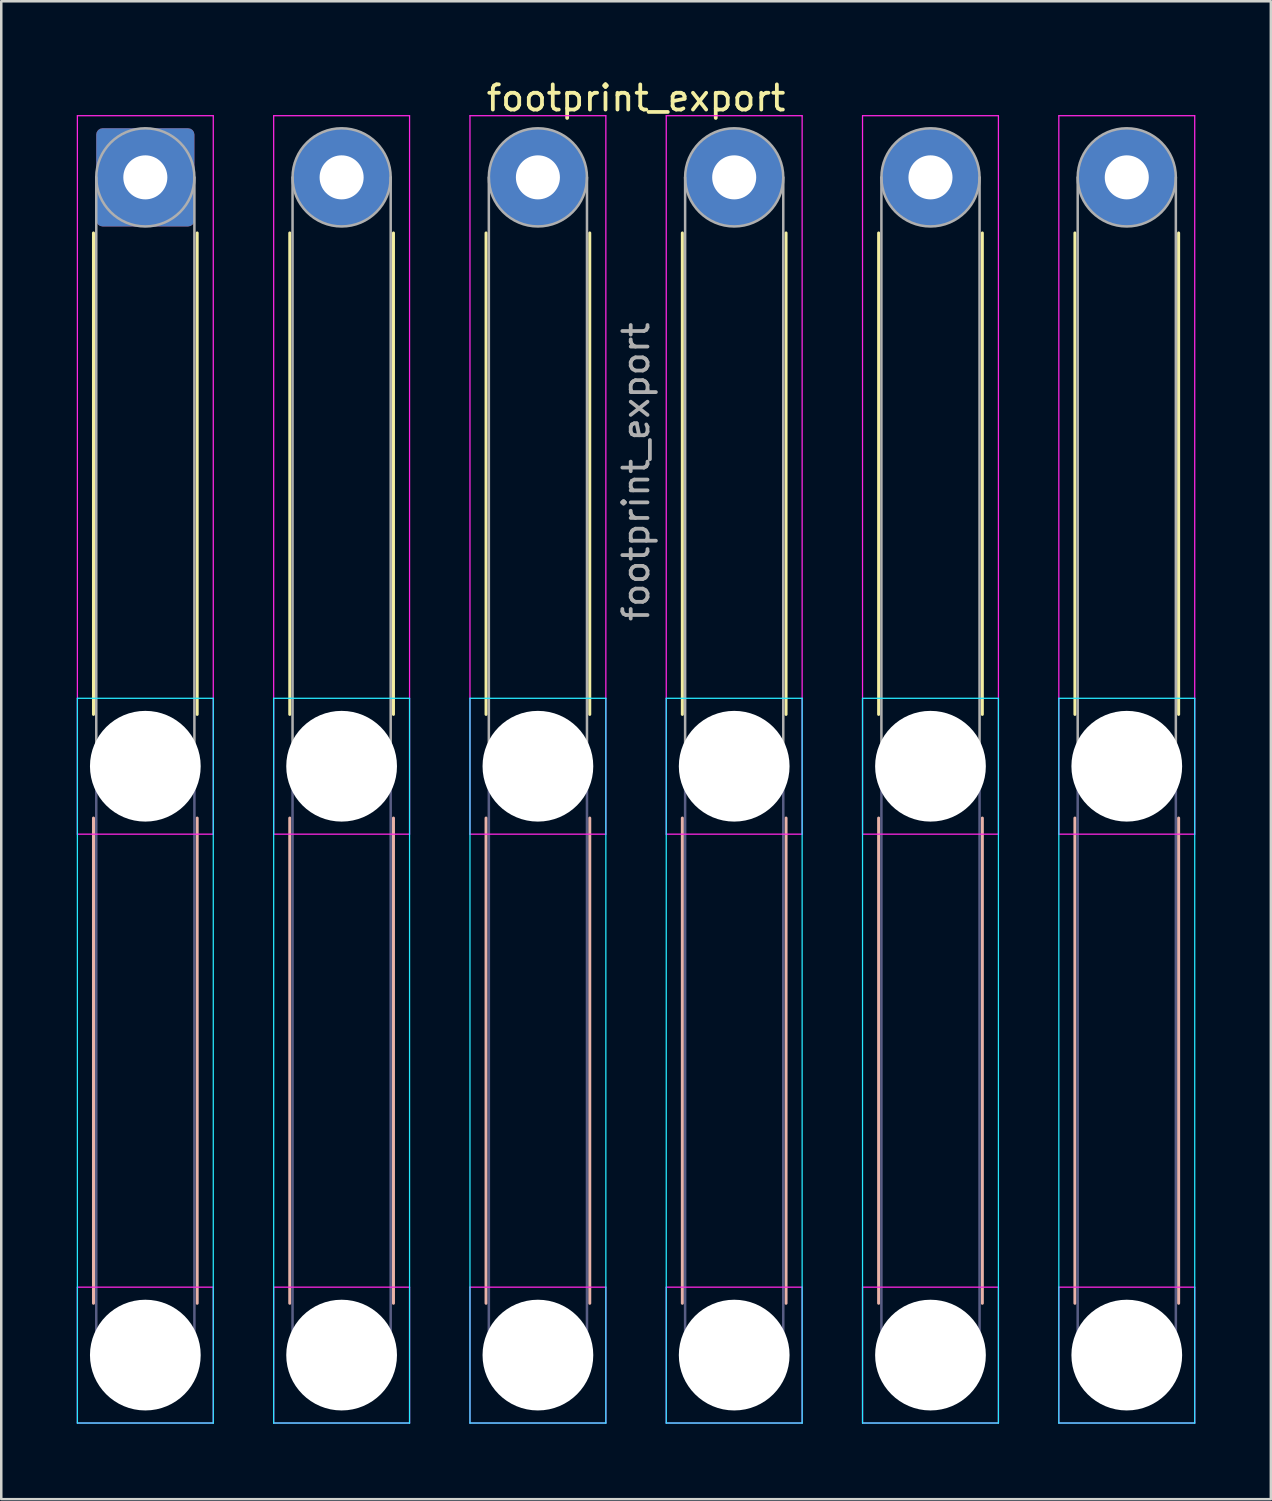
<source format=kicad_pcb>
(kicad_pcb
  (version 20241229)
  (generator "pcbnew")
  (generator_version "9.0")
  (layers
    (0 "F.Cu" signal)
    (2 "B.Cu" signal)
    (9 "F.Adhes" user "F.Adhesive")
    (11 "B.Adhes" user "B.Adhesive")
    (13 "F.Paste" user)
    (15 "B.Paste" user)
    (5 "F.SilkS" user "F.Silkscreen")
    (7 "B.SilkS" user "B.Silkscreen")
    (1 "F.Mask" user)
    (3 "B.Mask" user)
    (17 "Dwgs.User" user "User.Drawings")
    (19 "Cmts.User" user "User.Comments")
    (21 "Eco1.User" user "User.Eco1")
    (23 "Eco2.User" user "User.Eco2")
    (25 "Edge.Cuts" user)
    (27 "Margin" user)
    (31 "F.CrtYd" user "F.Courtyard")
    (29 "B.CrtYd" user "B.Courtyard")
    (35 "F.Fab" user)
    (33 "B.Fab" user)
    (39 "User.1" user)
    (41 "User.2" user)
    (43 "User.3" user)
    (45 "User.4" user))
  (footprint "footprint_export"
    (layer "F.Cu")
    (at 2.725 3.998)
    (property "Reference" "footprint_export" (at 19.5 -3.15 0) (layer "F.SilkS") (effects (font (size 1 1) (thickness 0.15))))
    (attr exclude_from_pos_files exclude_from_bom)
    (fp_line (start -2.06 2.21) (end -2.06 21.34) (stroke (width 0.12) (type solid)) (layer "F.SilkS"))
    (fp_line (start 2.06 2.21) (end 2.06 21.34) (stroke (width 0.12) (type solid)) (layer "F.SilkS"))
    (fp_line (start 5.74 2.21) (end 5.74 21.34) (stroke (width 0.12) (type solid)) (layer "F.SilkS"))
    (fp_line (start 9.86 2.21) (end 9.86 21.34) (stroke (width 0.12) (type solid)) (layer "F.SilkS"))
    (fp_line (start 13.54 2.21) (end 13.54 21.34) (stroke (width 0.12) (type solid)) (layer "F.SilkS"))
    (fp_line (start 17.66 2.21) (end 17.66 21.34) (stroke (width 0.12) (type solid)) (layer "F.SilkS"))
    (fp_line (start 21.34 2.21) (end 21.34 21.34) (stroke (width 0.12) (type solid)) (layer "F.SilkS"))
    (fp_line (start 25.46 2.21) (end 25.46 21.34) (stroke (width 0.12) (type solid)) (layer "F.SilkS"))
    (fp_line (start 29.14 2.21) (end 29.14 21.34) (stroke (width 0.12) (type solid)) (layer "F.SilkS"))
    (fp_line (start 33.26 2.21) (end 33.26 21.34) (stroke (width 0.12) (type solid)) (layer "F.SilkS"))
    (fp_line (start 36.94 2.21) (end 36.94 21.34) (stroke (width 0.12) (type solid)) (layer "F.SilkS"))
    (fp_line (start 41.06 2.21) (end 41.06 21.34) (stroke (width 0.12) (type solid)) (layer "F.SilkS"))
    (fp_line (start -2.06 25.46) (end -2.06 44.74) (stroke (width 0.12) (type solid)) (layer "B.SilkS"))
    (fp_line (start 2.06 25.46) (end 2.06 44.74) (stroke (width 0.12) (type solid)) (layer "B.SilkS"))
    (fp_line (start 5.74 25.46) (end 5.74 44.74) (stroke (width 0.12) (type solid)) (layer "B.SilkS"))
    (fp_line (start 9.86 25.46) (end 9.86 44.74) (stroke (width 0.12) (type solid)) (layer "B.SilkS"))
    (fp_line (start 13.54 25.46) (end 13.54 44.74) (stroke (width 0.12) (type solid)) (layer "B.SilkS"))
    (fp_line (start 17.66 25.46) (end 17.66 44.74) (stroke (width 0.12) (type solid)) (layer "B.SilkS"))
    (fp_line (start 21.34 25.46) (end 21.34 44.74) (stroke (width 0.12) (type solid)) (layer "B.SilkS"))
    (fp_line (start 25.46 25.46) (end 25.46 44.74) (stroke (width 0.12) (type solid)) (layer "B.SilkS"))
    (fp_line (start 29.14 25.46) (end 29.14 44.74) (stroke (width 0.12) (type solid)) (layer "B.SilkS"))
    (fp_line (start 33.26 25.46) (end 33.26 44.74) (stroke (width 0.12) (type solid)) (layer "B.SilkS"))
    (fp_line (start 36.94 25.46) (end 36.94 44.74) (stroke (width 0.12) (type solid)) (layer "B.SilkS"))
    (fp_line (start 41.06 25.46) (end 41.06 44.74) (stroke (width 0.12) (type solid)) (layer "B.SilkS"))
    (fp_line (start -2.7 20.7) (end -2.7 49.5) (stroke (width 0.05) (type solid)) (layer "B.CrtYd"))
    (fp_line (start -2.7 49.5) (end 2.7 49.5) (stroke (width 0.05) (type solid)) (layer "B.CrtYd"))
    (fp_line (start 2.7 20.7) (end -2.7 20.7) (stroke (width 0.05) (type solid)) (layer "B.CrtYd"))
    (fp_line (start 2.7 49.5) (end 2.7 20.7) (stroke (width 0.05) (type solid)) (layer "B.CrtYd"))
    (fp_line (start 5.1 20.7) (end 5.1 49.5) (stroke (width 0.05) (type solid)) (layer "B.CrtYd"))
    (fp_line (start 5.1 49.5) (end 10.5 49.5) (stroke (width 0.05) (type solid)) (layer "B.CrtYd"))
    (fp_line (start 10.5 20.7) (end 5.1 20.7) (stroke (width 0.05) (type solid)) (layer "B.CrtYd"))
    (fp_line (start 10.5 49.5) (end 10.5 20.7) (stroke (width 0.05) (type solid)) (layer "B.CrtYd"))
    (fp_line (start 12.9 20.7) (end 12.9 49.5) (stroke (width 0.05) (type solid)) (layer "B.CrtYd"))
    (fp_line (start 12.9 49.5) (end 18.3 49.5) (stroke (width 0.05) (type solid)) (layer "B.CrtYd"))
    (fp_line (start 18.3 20.7) (end 12.9 20.7) (stroke (width 0.05) (type solid)) (layer "B.CrtYd"))
    (fp_line (start 18.3 49.5) (end 18.3 20.7) (stroke (width 0.05) (type solid)) (layer "B.CrtYd"))
    (fp_line (start 20.7 20.7) (end 20.7 49.5) (stroke (width 0.05) (type solid)) (layer "B.CrtYd"))
    (fp_line (start 20.7 49.5) (end 26.1 49.5) (stroke (width 0.05) (type solid)) (layer "B.CrtYd"))
    (fp_line (start 26.1 20.7) (end 20.7 20.7) (stroke (width 0.05) (type solid)) (layer "B.CrtYd"))
    (fp_line (start 26.1 49.5) (end 26.1 20.7) (stroke (width 0.05) (type solid)) (layer "B.CrtYd"))
    (fp_line (start 28.5 20.7) (end 28.5 49.5) (stroke (width 0.05) (type solid)) (layer "B.CrtYd"))
    (fp_line (start 28.5 49.5) (end 33.9 49.5) (stroke (width 0.05) (type solid)) (layer "B.CrtYd"))
    (fp_line (start 33.9 20.7) (end 28.5 20.7) (stroke (width 0.05) (type solid)) (layer "B.CrtYd"))
    (fp_line (start 33.9 49.5) (end 33.9 20.7) (stroke (width 0.05) (type solid)) (layer "B.CrtYd"))
    (fp_line (start 36.3 20.7) (end 36.3 49.5) (stroke (width 0.05) (type solid)) (layer "B.CrtYd"))
    (fp_line (start 36.3 49.5) (end 41.7 49.5) (stroke (width 0.05) (type solid)) (layer "B.CrtYd"))
    (fp_line (start 41.7 20.7) (end 36.3 20.7) (stroke (width 0.05) (type solid)) (layer "B.CrtYd"))
    (fp_line (start 41.7 49.5) (end 41.7 20.7) (stroke (width 0.05) (type solid)) (layer "B.CrtYd"))
    (fp_line (start -2.7 -2.45) (end -2.7 26.1) (stroke (width 0.05) (type solid)) (layer "F.CrtYd"))
    (fp_line (start -2.7 26.1) (end 2.7 26.1) (stroke (width 0.05) (type solid)) (layer "F.CrtYd"))
    (fp_line (start -2.7 44.1) (end -2.7 49.5) (stroke (width 0.05) (type solid)) (layer "F.CrtYd"))
    (fp_line (start -2.7 49.5) (end 2.7 49.5) (stroke (width 0.05) (type solid)) (layer "F.CrtYd"))
    (fp_line (start 2.7 -2.45) (end -2.7 -2.45) (stroke (width 0.05) (type solid)) (layer "F.CrtYd"))
    (fp_line (start 2.7 26.1) (end 2.7 -2.45) (stroke (width 0.05) (type solid)) (layer "F.CrtYd"))
    (fp_line (start 2.7 44.1) (end -2.7 44.1) (stroke (width 0.05) (type solid)) (layer "F.CrtYd"))
    (fp_line (start 2.7 49.5) (end 2.7 44.1) (stroke (width 0.05) (type solid)) (layer "F.CrtYd"))
    (fp_line (start 5.1 -2.45) (end 5.1 26.1) (stroke (width 0.05) (type solid)) (layer "F.CrtYd"))
    (fp_line (start 5.1 26.1) (end 10.5 26.1) (stroke (width 0.05) (type solid)) (layer "F.CrtYd"))
    (fp_line (start 5.1 44.1) (end 5.1 49.5) (stroke (width 0.05) (type solid)) (layer "F.CrtYd"))
    (fp_line (start 5.1 49.5) (end 10.5 49.5) (stroke (width 0.05) (type solid)) (layer "F.CrtYd"))
    (fp_line (start 10.5 -2.45) (end 5.1 -2.45) (stroke (width 0.05) (type solid)) (layer "F.CrtYd"))
    (fp_line (start 10.5 26.1) (end 10.5 -2.45) (stroke (width 0.05) (type solid)) (layer "F.CrtYd"))
    (fp_line (start 10.5 44.1) (end 5.1 44.1) (stroke (width 0.05) (type solid)) (layer "F.CrtYd"))
    (fp_line (start 10.5 49.5) (end 10.5 44.1) (stroke (width 0.05) (type solid)) (layer "F.CrtYd"))
    (fp_line (start 12.9 -2.45) (end 12.9 26.1) (stroke (width 0.05) (type solid)) (layer "F.CrtYd"))
    (fp_line (start 12.9 26.1) (end 18.3 26.1) (stroke (width 0.05) (type solid)) (layer "F.CrtYd"))
    (fp_line (start 12.9 44.1) (end 12.9 49.5) (stroke (width 0.05) (type solid)) (layer "F.CrtYd"))
    (fp_line (start 12.9 49.5) (end 18.3 49.5) (stroke (width 0.05) (type solid)) (layer "F.CrtYd"))
    (fp_line (start 18.3 -2.45) (end 12.9 -2.45) (stroke (width 0.05) (type solid)) (layer "F.CrtYd"))
    (fp_line (start 18.3 26.1) (end 18.3 -2.45) (stroke (width 0.05) (type solid)) (layer "F.CrtYd"))
    (fp_line (start 18.3 44.1) (end 12.9 44.1) (stroke (width 0.05) (type solid)) (layer "F.CrtYd"))
    (fp_line (start 18.3 49.5) (end 18.3 44.1) (stroke (width 0.05) (type solid)) (layer "F.CrtYd"))
    (fp_line (start 20.7 -2.45) (end 20.7 26.1) (stroke (width 0.05) (type solid)) (layer "F.CrtYd"))
    (fp_line (start 20.7 26.1) (end 26.1 26.1) (stroke (width 0.05) (type solid)) (layer "F.CrtYd"))
    (fp_line (start 20.7 44.1) (end 20.7 49.5) (stroke (width 0.05) (type solid)) (layer "F.CrtYd"))
    (fp_line (start 20.7 49.5) (end 26.1 49.5) (stroke (width 0.05) (type solid)) (layer "F.CrtYd"))
    (fp_line (start 26.1 -2.45) (end 20.7 -2.45) (stroke (width 0.05) (type solid)) (layer "F.CrtYd"))
    (fp_line (start 26.1 26.1) (end 26.1 -2.45) (stroke (width 0.05) (type solid)) (layer "F.CrtYd"))
    (fp_line (start 26.1 44.1) (end 20.7 44.1) (stroke (width 0.05) (type solid)) (layer "F.CrtYd"))
    (fp_line (start 26.1 49.5) (end 26.1 44.1) (stroke (width 0.05) (type solid)) (layer "F.CrtYd"))
    (fp_line (start 28.5 -2.45) (end 28.5 26.1) (stroke (width 0.05) (type solid)) (layer "F.CrtYd"))
    (fp_line (start 28.5 26.1) (end 33.9 26.1) (stroke (width 0.05) (type solid)) (layer "F.CrtYd"))
    (fp_line (start 28.5 44.1) (end 28.5 49.5) (stroke (width 0.05) (type solid)) (layer "F.CrtYd"))
    (fp_line (start 28.5 49.5) (end 33.9 49.5) (stroke (width 0.05) (type solid)) (layer "F.CrtYd"))
    (fp_line (start 33.9 -2.45) (end 28.5 -2.45) (stroke (width 0.05) (type solid)) (layer "F.CrtYd"))
    (fp_line (start 33.9 26.1) (end 33.9 -2.45) (stroke (width 0.05) (type solid)) (layer "F.CrtYd"))
    (fp_line (start 33.9 44.1) (end 28.5 44.1) (stroke (width 0.05) (type solid)) (layer "F.CrtYd"))
    (fp_line (start 33.9 49.5) (end 33.9 44.1) (stroke (width 0.05) (type solid)) (layer "F.CrtYd"))
    (fp_line (start 36.3 -2.45) (end 36.3 26.1) (stroke (width 0.05) (type solid)) (layer "F.CrtYd"))
    (fp_line (start 36.3 26.1) (end 41.7 26.1) (stroke (width 0.05) (type solid)) (layer "F.CrtYd"))
    (fp_line (start 36.3 44.1) (end 36.3 49.5) (stroke (width 0.05) (type solid)) (layer "F.CrtYd"))
    (fp_line (start 36.3 49.5) (end 41.7 49.5) (stroke (width 0.05) (type solid)) (layer "F.CrtYd"))
    (fp_line (start 41.7 -2.45) (end 36.3 -2.45) (stroke (width 0.05) (type solid)) (layer "F.CrtYd"))
    (fp_line (start 41.7 26.1) (end 41.7 -2.45) (stroke (width 0.05) (type solid)) (layer "F.CrtYd"))
    (fp_line (start 41.7 44.1) (end 36.3 44.1) (stroke (width 0.05) (type solid)) (layer "F.CrtYd"))
    (fp_line (start 41.7 49.5) (end 41.7 44.1) (stroke (width 0.05) (type solid)) (layer "F.CrtYd"))
    (fp_line (start -1.95 23.4) (end -1.95 46.8) (stroke (width 0.1) (type solid)) (layer "B.Fab"))
    (fp_line (start 1.95 23.4) (end 1.95 46.8) (stroke (width 0.1) (type solid)) (layer "B.Fab"))
    (fp_line (start 5.85 23.4) (end 5.85 46.8) (stroke (width 0.1) (type solid)) (layer "B.Fab"))
    (fp_line (start 9.75 23.4) (end 9.75 46.8) (stroke (width 0.1) (type solid)) (layer "B.Fab"))
    (fp_line (start 13.65 23.4) (end 13.65 46.8) (stroke (width 0.1) (type solid)) (layer "B.Fab"))
    (fp_line (start 17.55 23.4) (end 17.55 46.8) (stroke (width 0.1) (type solid)) (layer "B.Fab"))
    (fp_line (start 21.45 23.4) (end 21.45 46.8) (stroke (width 0.1) (type solid)) (layer "B.Fab"))
    (fp_line (start 25.35 23.4) (end 25.35 46.8) (stroke (width 0.1) (type solid)) (layer "B.Fab"))
    (fp_line (start 29.25 23.4) (end 29.25 46.8) (stroke (width 0.1) (type solid)) (layer "B.Fab"))
    (fp_line (start 33.15 23.4) (end 33.15 46.8) (stroke (width 0.1) (type solid)) (layer "B.Fab"))
    (fp_line (start 37.05 23.4) (end 37.05 46.8) (stroke (width 0.1) (type solid)) (layer "B.Fab"))
    (fp_line (start 40.95 23.4) (end 40.95 46.8) (stroke (width 0.1) (type solid)) (layer "B.Fab"))
    (fp_circle (center 0 23.4) (end 1.95 23.4) (stroke (width 0.1) (type solid)) (fill no) (layer "B.Fab"))
    (fp_circle (center 0 46.8) (end 1.95 46.8) (stroke (width 0.1) (type solid)) (fill no) (layer "B.Fab"))
    (fp_circle (center 7.8 23.4) (end 9.75 23.4) (stroke (width 0.1) (type solid)) (fill no) (layer "B.Fab"))
    (fp_circle (center 7.8 46.8) (end 9.75 46.8) (stroke (width 0.1) (type solid)) (fill no) (layer "B.Fab"))
    (fp_circle (center 15.6 23.4) (end 17.55 23.4) (stroke (width 0.1) (type solid)) (fill no) (layer "B.Fab"))
    (fp_circle (center 15.6 46.8) (end 17.55 46.8) (stroke (width 0.1) (type solid)) (fill no) (layer "B.Fab"))
    (fp_circle (center 23.4 23.4) (end 25.35 23.4) (stroke (width 0.1) (type solid)) (fill no) (layer "B.Fab"))
    (fp_circle (center 23.4 46.8) (end 25.35 46.8) (stroke (width 0.1) (type solid)) (fill no) (layer "B.Fab"))
    (fp_circle (center 31.2 23.4) (end 33.15 23.4) (stroke (width 0.1) (type solid)) (fill no) (layer "B.Fab"))
    (fp_circle (center 31.2 46.8) (end 33.15 46.8) (stroke (width 0.1) (type solid)) (fill no) (layer "B.Fab"))
    (fp_circle (center 39 23.4) (end 40.95 23.4) (stroke (width 0.1) (type solid)) (fill no) (layer "B.Fab"))
    (fp_circle (center 39 46.8) (end 40.95 46.8) (stroke (width 0.1) (type solid)) (fill no) (layer "B.Fab"))
    (fp_line (start -1.95 0) (end -1.95 23.4) (stroke (width 0.1) (type solid)) (layer "F.Fab"))
    (fp_line (start 1.95 0) (end 1.95 23.4) (stroke (width 0.1) (type solid)) (layer "F.Fab"))
    (fp_line (start 5.85 0) (end 5.85 23.4) (stroke (width 0.1) (type solid)) (layer "F.Fab"))
    (fp_line (start 9.75 0) (end 9.75 23.4) (stroke (width 0.1) (type solid)) (layer "F.Fab"))
    (fp_line (start 13.65 0) (end 13.65 23.4) (stroke (width 0.1) (type solid)) (layer "F.Fab"))
    (fp_line (start 17.55 0) (end 17.55 23.4) (stroke (width 0.1) (type solid)) (layer "F.Fab"))
    (fp_line (start 21.45 0) (end 21.45 23.4) (stroke (width 0.1) (type solid)) (layer "F.Fab"))
    (fp_line (start 25.35 0) (end 25.35 23.4) (stroke (width 0.1) (type solid)) (layer "F.Fab"))
    (fp_line (start 29.25 0) (end 29.25 23.4) (stroke (width 0.1) (type solid)) (layer "F.Fab"))
    (fp_line (start 33.15 0) (end 33.15 23.4) (stroke (width 0.1) (type solid)) (layer "F.Fab"))
    (fp_line (start 37.05 0) (end 37.05 23.4) (stroke (width 0.1) (type solid)) (layer "F.Fab"))
    (fp_line (start 40.95 0) (end 40.95 23.4) (stroke (width 0.1) (type solid)) (layer "F.Fab"))
    (fp_circle (center 0 0) (end 1.95 0) (stroke (width 0.1) (type solid)) (fill no) (layer "F.Fab"))
    (fp_circle (center 0 23.4) (end 1.95 23.4) (stroke (width 0.1) (type solid)) (fill no) (layer "F.Fab"))
    (fp_circle (center 0 46.8) (end 1.95 46.8) (stroke (width 0.1) (type solid)) (fill no) (layer "F.Fab"))
    (fp_circle (center 7.8 0) (end 9.75 0) (stroke (width 0.1) (type solid)) (fill no) (layer "F.Fab"))
    (fp_circle (center 7.8 23.4) (end 9.75 23.4) (stroke (width 0.1) (type solid)) (fill no) (layer "F.Fab"))
    (fp_circle (center 7.8 46.8) (end 9.75 46.8) (stroke (width 0.1) (type solid)) (fill no) (layer "F.Fab"))
    (fp_circle (center 15.6 0) (end 17.55 0) (stroke (width 0.1) (type solid)) (fill no) (layer "F.Fab"))
    (fp_circle (center 15.6 23.4) (end 17.55 23.4) (stroke (width 0.1) (type solid)) (fill no) (layer "F.Fab"))
    (fp_circle (center 15.6 46.8) (end 17.55 46.8) (stroke (width 0.1) (type solid)) (fill no) (layer "F.Fab"))
    (fp_circle (center 23.4 0) (end 25.35 0) (stroke (width 0.1) (type solid)) (fill no) (layer "F.Fab"))
    (fp_circle (center 23.4 23.4) (end 25.35 23.4) (stroke (width 0.1) (type solid)) (fill no) (layer "F.Fab"))
    (fp_circle (center 23.4 46.8) (end 25.35 46.8) (stroke (width 0.1) (type solid)) (fill no) (layer "F.Fab"))
    (fp_circle (center 31.2 0) (end 33.15 0) (stroke (width 0.1) (type solid)) (fill no) (layer "F.Fab"))
    (fp_circle (center 31.2 23.4) (end 33.15 23.4) (stroke (width 0.1) (type solid)) (fill no) (layer "F.Fab"))
    (fp_circle (center 31.2 46.8) (end 33.15 46.8) (stroke (width 0.1) (type solid)) (fill no) (layer "F.Fab"))
    (fp_circle (center 39 0) (end 40.95 0) (stroke (width 0.1) (type solid)) (fill no) (layer "F.Fab"))
    (fp_circle (center 39 23.4) (end 40.95 23.4) (stroke (width 0.1) (type solid)) (fill no) (layer "F.Fab"))
    (fp_circle (center 39 46.8) (end 40.95 46.8) (stroke (width 0.1) (type solid)) (fill no) (layer "F.Fab"))
    (fp_text user "${REFERENCE}" (at 19.5 11.7 90) (layer "F.Fab") (effects (font (size 1 1) (thickness 0.15))))
    (pad "" np_thru_hole circle (at 0 23.4) (size 4.4 4.4) (drill 4.4) (layers "*.Cu" "*.Mask"))
    (pad "" np_thru_hole circle (at 0 46.8) (size 4.4 4.4) (drill 4.4) (layers "*.Cu" "*.Mask"))
    (pad "" np_thru_hole circle (at 7.8 23.4) (size 4.4 4.4) (drill 4.4) (layers "*.Cu" "*.Mask"))
    (pad "" np_thru_hole circle (at 7.8 46.8) (size 4.4 4.4) (drill 4.4) (layers "*.Cu" "*.Mask"))
    (pad "" np_thru_hole circle (at 15.6 23.4) (size 4.4 4.4) (drill 4.4) (layers "*.Cu" "*.Mask"))
    (pad "" np_thru_hole circle (at 15.6 46.8) (size 4.4 4.4) (drill 4.4) (layers "*.Cu" "*.Mask"))
    (pad "" np_thru_hole circle (at 23.4 23.4) (size 4.4 4.4) (drill 4.4) (layers "*.Cu" "*.Mask"))
    (pad "" np_thru_hole circle (at 23.4 46.8) (size 4.4 4.4) (drill 4.4) (layers "*.Cu" "*.Mask"))
    (pad "" np_thru_hole circle (at 31.2 23.4) (size 4.4 4.4) (drill 4.4) (layers "*.Cu" "*.Mask"))
    (pad "" np_thru_hole circle (at 31.2 46.8) (size 4.4 4.4) (drill 4.4) (layers "*.Cu" "*.Mask"))
    (pad "" np_thru_hole circle (at 39 23.4) (size 4.4 4.4) (drill 4.4) (layers "*.Cu" "*.Mask"))
    (pad "" np_thru_hole circle (at 39 46.8) (size 4.4 4.4) (drill 4.4) (layers "*.Cu" "*.Mask"))
    (pad "1" thru_hole roundrect (at 0 0) (size 3.9 3.9) (drill 1.75) (layers "*.Cu" "*.Mask") (roundrect_rratio 0.064))
    (pad "2" thru_hole circle (at 7.8 0) (size 3.9 3.9) (drill 1.75) (layers "*.Cu" "*.Mask"))
    (pad "3" thru_hole circle (at 15.6 0) (size 3.9 3.9) (drill 1.75) (layers "*.Cu" "*.Mask"))
    (pad "4" thru_hole circle (at 23.4 0) (size 3.9 3.9) (drill 1.75) (layers "*.Cu" "*.Mask"))
    (pad "5" thru_hole circle (at 31.2 0) (size 3.9 3.9) (drill 1.75) (layers "*.Cu" "*.Mask"))
    (pad "6" thru_hole circle (at 39 0) (size 3.9 3.9) (drill 1.75) (layers "*.Cu" "*.Mask")))
  (gr_rect
    (start -3 -3)
    (end 47.45 56.523)
    (stroke (width 0.1) (type default))
    (fill no)
    (layer "Edge.Cuts")))
</source>
